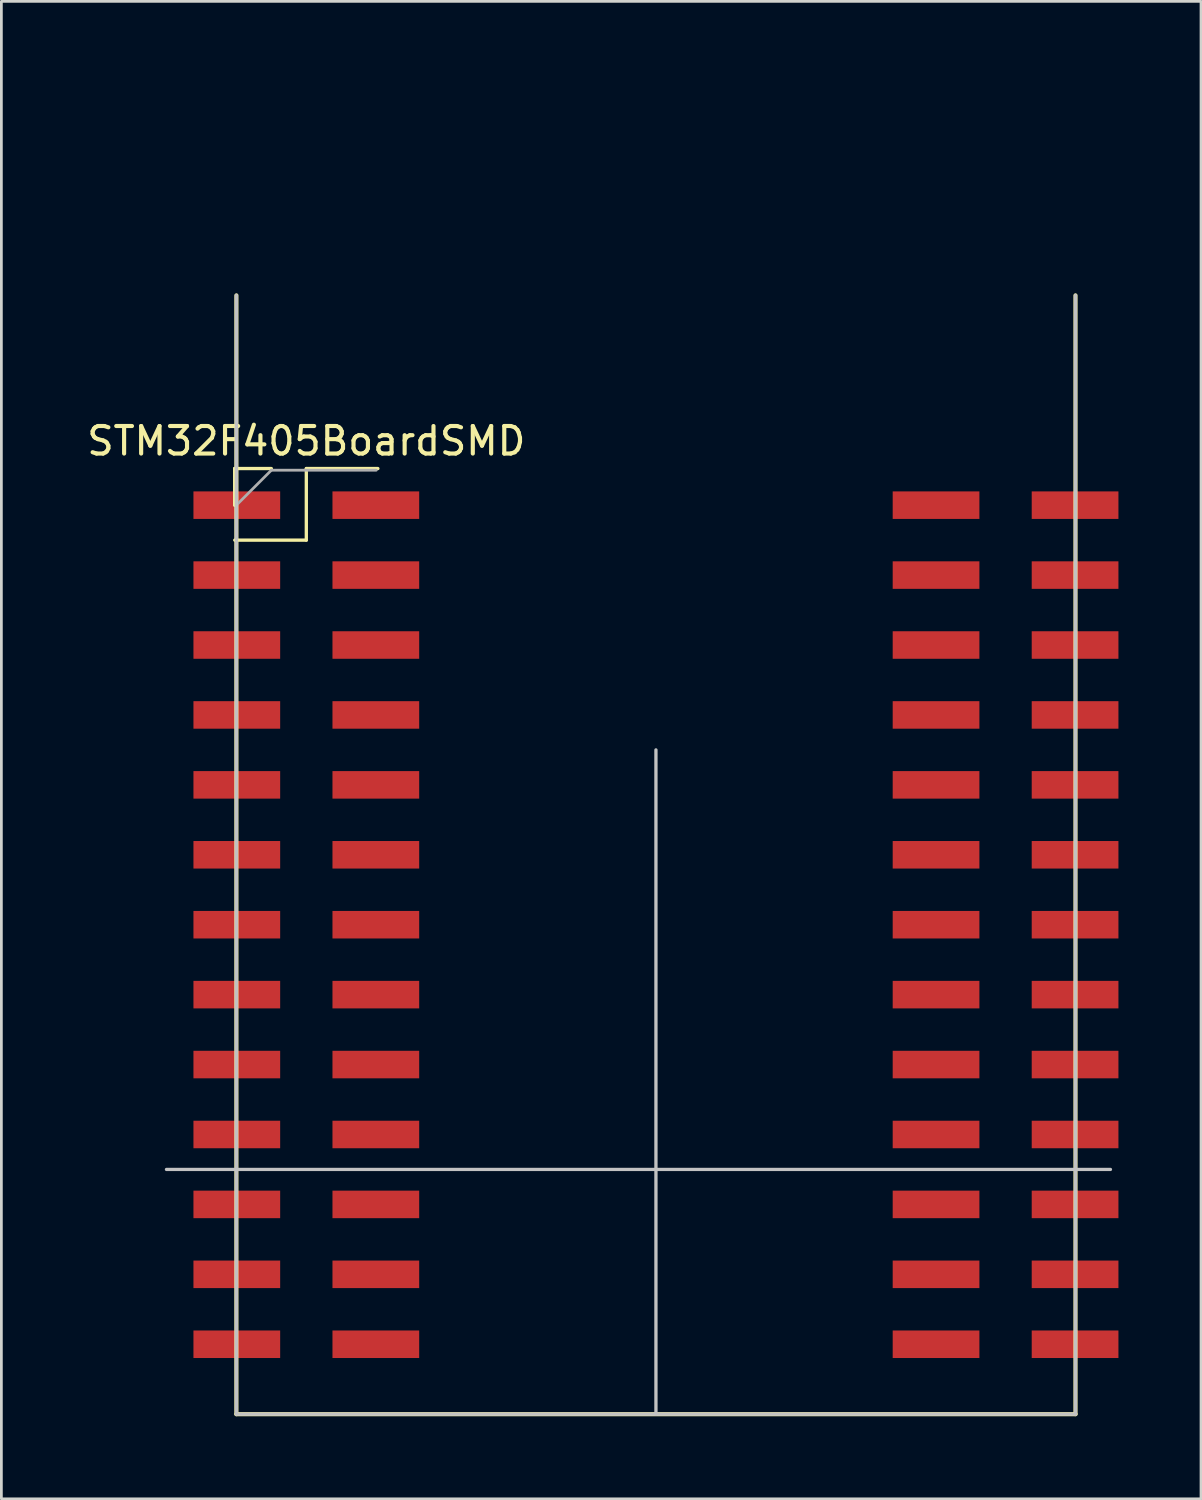
<source format=kicad_pcb>
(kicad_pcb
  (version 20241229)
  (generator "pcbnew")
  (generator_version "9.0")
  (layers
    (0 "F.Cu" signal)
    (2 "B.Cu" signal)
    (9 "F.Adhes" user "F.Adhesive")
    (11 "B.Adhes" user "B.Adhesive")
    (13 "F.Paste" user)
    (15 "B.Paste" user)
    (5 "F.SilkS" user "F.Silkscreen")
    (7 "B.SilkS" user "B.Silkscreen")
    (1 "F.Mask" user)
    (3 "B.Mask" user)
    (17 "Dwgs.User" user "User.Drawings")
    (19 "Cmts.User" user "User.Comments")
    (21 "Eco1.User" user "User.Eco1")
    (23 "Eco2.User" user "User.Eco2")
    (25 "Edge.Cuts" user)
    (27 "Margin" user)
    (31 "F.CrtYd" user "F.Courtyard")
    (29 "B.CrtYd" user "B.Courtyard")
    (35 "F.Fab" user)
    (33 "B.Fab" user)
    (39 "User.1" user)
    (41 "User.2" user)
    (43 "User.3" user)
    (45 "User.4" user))
  (footprint "STM32F405BoardSMD"
    (layer "F.Cu")
    (at 6.807 15.3)
    (property "Reference" "STM32F405BoardSMD" (at 1.27 -2.33 0) (layer "F.SilkS") (effects (font (size 1 1) (thickness 0.15))))
    (attr through_hole)
    (fp_line (start -1.33 -1.33) (end 0 -1.33) (stroke (width 0.12) (type solid)) (layer "F.SilkS"))
    (fp_line (start -1.33 0) (end -1.33 -1.33) (stroke (width 0.12) (type solid)) (layer "F.SilkS"))
    (fp_line (start -1.33 0) (end -1.33 -1.33) (stroke (width 0.12) (type solid)) (layer "F.SilkS"))
    (fp_line (start -1.33 1.27) (end 1.27 1.27) (stroke (width 0.12) (type solid)) (layer "F.SilkS"))
    (fp_line (start -1.27 -7.62) (end -1.27 33.02) (stroke (width 0.15) (type solid)) (layer "F.SilkS"))
    (fp_line (start -1.27 33.02) (end 29.21 33.02) (stroke (width 0.15) (type solid)) (layer "F.SilkS"))
    (fp_line (start 1.27 -1.33) (end 3.87 -1.33) (stroke (width 0.12) (type solid)) (layer "F.SilkS"))
    (fp_line (start 1.27 1.27) (end 1.27 -1.33) (stroke (width 0.12) (type solid)) (layer "F.SilkS"))
    (fp_line (start 29.21 33.02) (end 29.21 -7.62) (stroke (width 0.15) (type solid)) (layer "F.SilkS"))
    (fp_line (start -1.27 -15.24) (end -1.27 6.35) (stroke (width 0.12) (type solid)) (layer "B.Paste"))
    (fp_line (start 29.21 -15.24) (end -1.27 -15.24) (stroke (width 0.12) (type solid)) (layer "B.Paste"))
    (fp_line (start 29.21 33.02) (end 29.21 -15.24) (stroke (width 0.12) (type solid)) (layer "B.Paste"))
    (fp_circle (center 13.97 8.89) (end 13.97 10.16) (stroke (width 0.12) (type solid)) (fill no) (layer "B.Paste"))
    (fp_line (start -1.27 -7.62) (end -1.27 33.02) (stroke (width 0.12) (type solid)) (layer "Dwgs.User"))
    (fp_line (start -1.27 33.02) (end 29.21 33.02) (stroke (width 0.12) (type solid)) (layer "Dwgs.User"))
    (fp_line (start 13.97 8.89) (end 13.97 33.02) (stroke (width 0.12) (type solid)) (layer "Dwgs.User"))
    (fp_line (start 29.21 33.02) (end 29.21 -7.62) (stroke (width 0.12) (type solid)) (layer "Dwgs.User"))
    (fp_line (start 30.48 24.13) (end -3.81 24.13) (stroke (width 0.12) (type solid)) (layer "Dwgs.User"))
    (fp_line (start -1.27 0) (end 0 -1.27) (stroke (width 0.1) (type solid)) (layer "F.Fab"))
    (fp_line (start 0 -1.27) (end 3.81 -1.27) (stroke (width 0.1) (type solid)) (layer "F.Fab"))
    (pad "1" smd rect (at -1.255 0) (size 3.15 1) (layers "F.Cu" "F.Mask" "F.Paste"))
    (pad "2" smd rect (at 3.795 0) (size 3.15 1) (layers "F.Cu" "F.Mask" "F.Paste"))
    (pad "3" smd rect (at -1.255 2.54) (size 3.15 1) (layers "F.Cu" "F.Mask" "F.Paste"))
    (pad "4" smd rect (at 3.795 2.54) (size 3.15 1) (layers "F.Cu" "F.Mask" "F.Paste"))
    (pad "5" smd rect (at -1.255 5.08) (size 3.15 1) (layers "F.Cu" "F.Mask" "F.Paste"))
    (pad "6" smd rect (at 3.795 5.08) (size 3.15 1) (layers "F.Cu" "F.Mask" "F.Paste"))
    (pad "7" smd rect (at -1.255 7.62) (size 3.15 1) (layers "F.Cu" "F.Mask" "F.Paste"))
    (pad "8" smd rect (at 3.795 7.62) (size 3.15 1) (layers "F.Cu" "F.Mask" "F.Paste"))
    (pad "9" smd rect (at -1.255 10.16) (size 3.15 1) (layers "F.Cu" "F.Mask" "F.Paste"))
    (pad "10" smd rect (at 3.795 10.16) (size 3.15 1) (layers "F.Cu" "F.Mask" "F.Paste"))
    (pad "11" smd rect (at -1.255 12.7) (size 3.15 1) (layers "F.Cu" "F.Mask" "F.Paste"))
    (pad "12" smd rect (at 3.795 12.7) (size 3.15 1) (layers "F.Cu" "F.Mask" "F.Paste"))
    (pad "13" smd rect (at -1.255 15.24) (size 3.15 1) (layers "F.Cu" "F.Mask" "F.Paste"))
    (pad "14" smd rect (at 3.795 15.24) (size 3.15 1) (layers "F.Cu" "F.Mask" "F.Paste"))
    (pad "15" smd rect (at -1.255 17.78) (size 3.15 1) (layers "F.Cu" "F.Mask" "F.Paste"))
    (pad "16" smd rect (at 3.795 17.78) (size 3.15 1) (layers "F.Cu" "F.Mask" "F.Paste"))
    (pad "17" smd rect (at -1.255 20.32) (size 3.15 1) (layers "F.Cu" "F.Mask" "F.Paste"))
    (pad "18" smd rect (at 3.795 20.32) (size 3.15 1) (layers "F.Cu" "F.Mask" "F.Paste"))
    (pad "19" smd rect (at -1.255 22.86) (size 3.15 1) (layers "F.Cu" "F.Mask" "F.Paste"))
    (pad "20" smd rect (at 3.795 22.86) (size 3.15 1) (layers "F.Cu" "F.Mask" "F.Paste"))
    (pad "21" smd rect (at -1.255 25.4) (size 3.15 1) (layers "F.Cu" "F.Mask" "F.Paste"))
    (pad "22" smd rect (at 3.795 25.4) (size 3.15 1) (layers "F.Cu" "F.Mask" "F.Paste"))
    (pad "23" smd rect (at -1.255 27.94) (size 3.15 1) (layers "F.Cu" "F.Mask" "F.Paste"))
    (pad "24" smd rect (at 3.795 27.94) (size 3.15 1) (layers "F.Cu" "F.Mask" "F.Paste"))
    (pad "25" smd rect (at -1.255 30.48) (size 3.15 1) (layers "F.Cu" "F.Mask" "F.Paste"))
    (pad "26" smd rect (at 3.795 30.48) (size 3.15 1) (layers "F.Cu" "F.Mask" "F.Paste"))
    (pad "27" smd rect (at 29.195 30.48) (size 3.15 1) (layers "F.Cu" "F.Mask" "F.Paste"))
    (pad "28" smd rect (at 24.145 30.48) (size 3.15 1) (layers "F.Cu" "F.Mask" "F.Paste"))
    (pad "29" smd rect (at 29.195 27.94) (size 3.15 1) (layers "F.Cu" "F.Mask" "F.Paste"))
    (pad "30" smd rect (at 24.145 27.94) (size 3.15 1) (layers "F.Cu" "F.Mask" "F.Paste"))
    (pad "31" smd rect (at 29.195 25.4) (size 3.15 1) (layers "F.Cu" "F.Mask" "F.Paste"))
    (pad "32" smd rect (at 24.145 25.4) (size 3.15 1) (layers "F.Cu" "F.Mask" "F.Paste"))
    (pad "33" smd rect (at 29.195 22.86) (size 3.15 1) (layers "F.Cu" "F.Mask" "F.Paste"))
    (pad "34" smd rect (at 24.145 22.86) (size 3.15 1) (layers "F.Cu" "F.Mask" "F.Paste"))
    (pad "35" smd rect (at 29.195 20.32) (size 3.15 1) (layers "F.Cu" "F.Mask" "F.Paste"))
    (pad "36" smd rect (at 24.145 20.32) (size 3.15 1) (layers "F.Cu" "F.Mask" "F.Paste"))
    (pad "37" smd rect (at 29.195 17.78) (size 3.15 1) (layers "F.Cu" "F.Mask" "F.Paste"))
    (pad "38" smd rect (at 24.145 17.78) (size 3.15 1) (layers "F.Cu" "F.Mask" "F.Paste"))
    (pad "39" smd rect (at 29.195 15.24) (size 3.15 1) (layers "F.Cu" "F.Mask" "F.Paste"))
    (pad "40" smd rect (at 24.145 15.24) (size 3.15 1) (layers "F.Cu" "F.Mask" "F.Paste"))
    (pad "41" smd rect (at 29.195 12.7) (size 3.15 1) (layers "F.Cu" "F.Mask" "F.Paste"))
    (pad "42" smd rect (at 24.145 12.7) (size 3.15 1) (layers "F.Cu" "F.Mask" "F.Paste"))
    (pad "43" smd rect (at 29.195 10.16) (size 3.15 1) (layers "F.Cu" "F.Mask" "F.Paste"))
    (pad "44" smd rect (at 24.145 10.16) (size 3.15 1) (layers "F.Cu" "F.Mask" "F.Paste"))
    (pad "45" smd rect (at 29.195 7.62) (size 3.15 1) (layers "F.Cu" "F.Mask" "F.Paste"))
    (pad "46" smd rect (at 24.145 7.62) (size 3.15 1) (layers "F.Cu" "F.Mask" "F.Paste"))
    (pad "47" smd rect (at 29.195 5.08) (size 3.15 1) (layers "F.Cu" "F.Mask" "F.Paste"))
    (pad "48" smd rect (at 24.145 5.08) (size 3.15 1) (layers "F.Cu" "F.Mask" "F.Paste"))
    (pad "49" smd rect (at 29.195 2.54) (size 3.15 1) (layers "F.Cu" "F.Mask" "F.Paste"))
    (pad "50" smd rect (at 24.145 2.54) (size 3.15 1) (layers "F.Cu" "F.Mask" "F.Paste"))
    (pad "51" smd rect (at 29.195 0) (size 3.15 1) (layers "F.Cu" "F.Mask" "F.Paste"))
    (pad "52" smd rect (at 24.145 0) (size 3.15 1) (layers "F.Cu" "F.Mask" "F.Paste")))
  (gr_rect
    (start -3 -3)
    (end 40.577 51.395)
    (stroke (width 0.1) (type default))
    (fill no)
    (layer "Edge.Cuts")))
</source>
